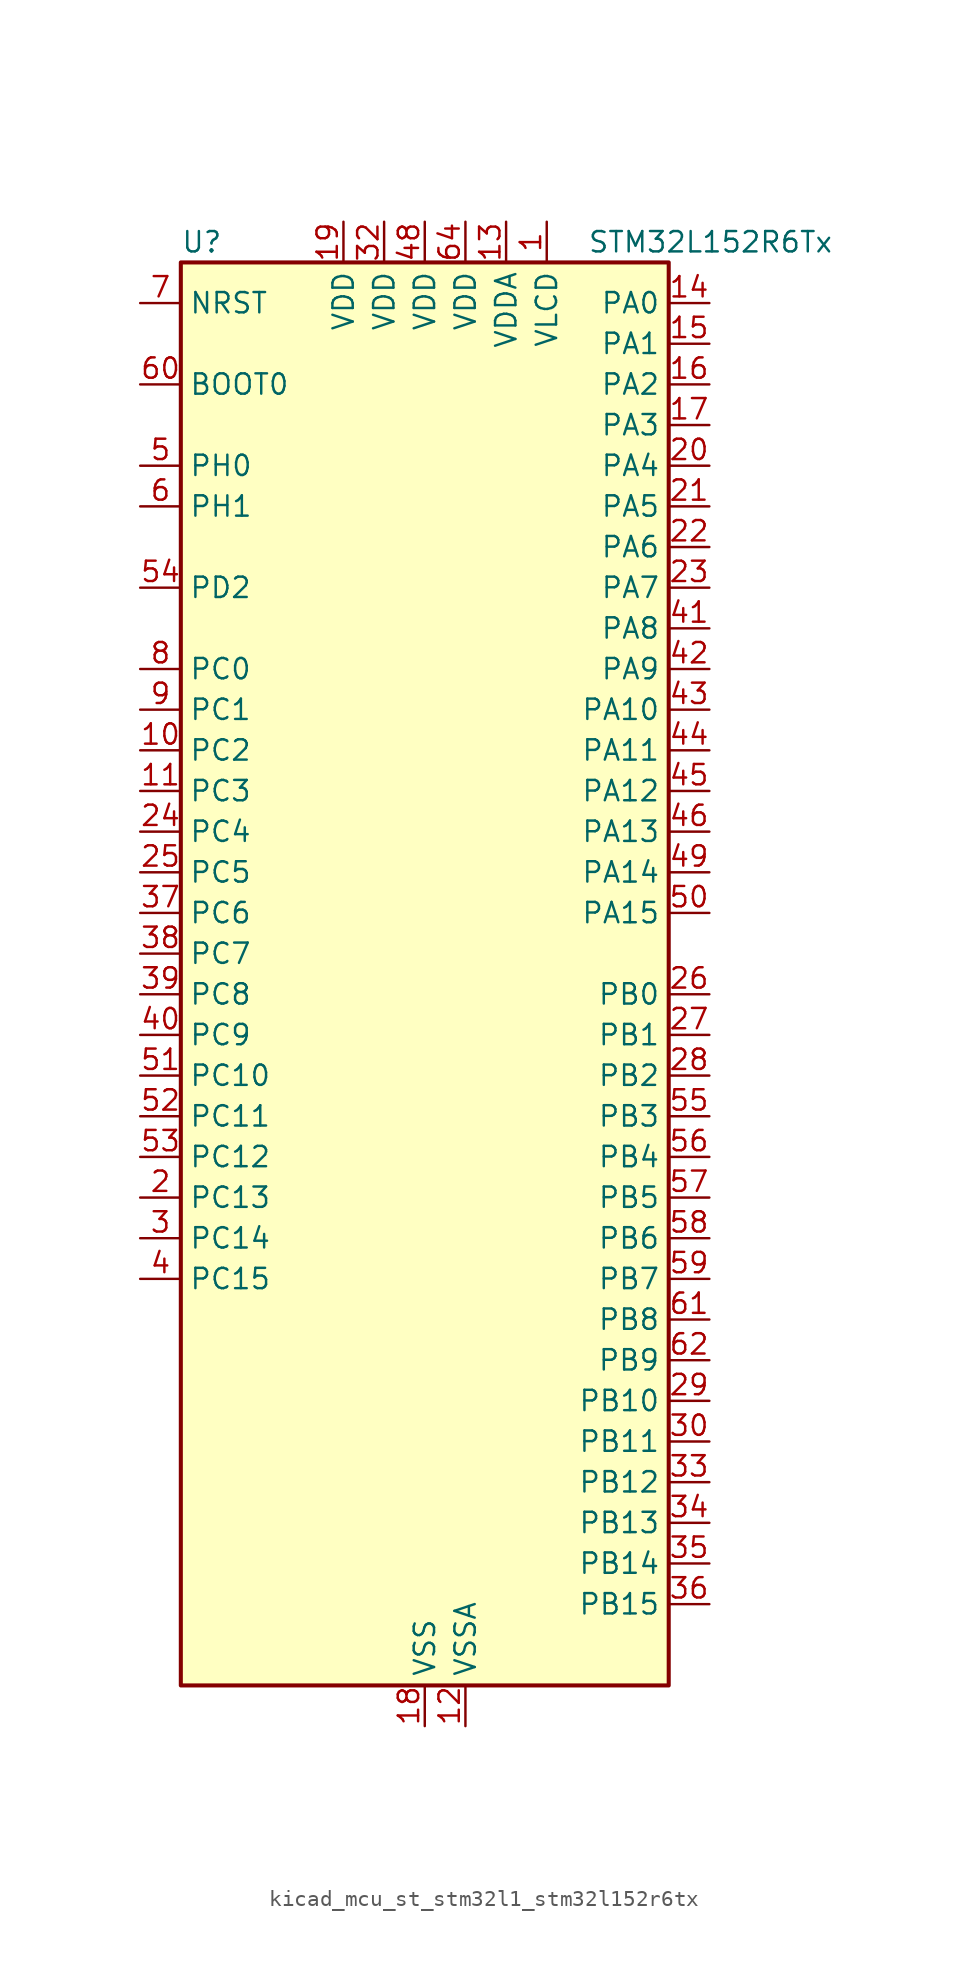
<source format=kicad_sym>
(kicad_symbol_lib
  (version 20220914)
  (generator kicad_symbol_editor)
  (symbol "kicad_mcu_st_stm32l1_stm32l152r6tx"
    (property "Reference" "U"
      (at -15.24 46.99 0)
      (effects (font (size 1.27 1.27)) (justify left)))
    (property "Value" "STM32L152R6Tx"
      (at 10.16 46.99 0)
      (effects (font (size 1.27 1.27)) (justify left)))
    (property "ki_locked" ""
      (at 0 0 0)
      (effects (font (size 1.27 1.27))))
    (symbol "kicad_mcu_st_stm32l1_stm32l152r6tx_0_1"
      (rectangle (start -15.24 -43.18) (end 15.24 45.72) (stroke (width 0.254) (type default)) (fill (type background))))
    (symbol "kicad_mcu_st_stm32l1_stm32l152r6tx_1_1"
      (pin power_in line (at 7.62 48.26 270) (length 2.54) (name "VLCD" (effects (font (size 1.27 1.27)))) (number "1" (effects (font (size 1.27 1.27)))))
      (pin bidirectional line (at -17.78 15.24 0) (length 2.54) (name "PC2" (effects (font (size 1.27 1.27)))) (number "10" (effects (font (size 1.27 1.27)))) (alternate "ADC_IN12" bidirectional line) (alternate "COMP1_INP" bidirectional line) (alternate "LCD_SEG20" bidirectional line) (alternate "TIMX_IC3" bidirectional line) (alternate "TS_G8_IO3" bidirectional line))
      (pin bidirectional line (at -17.78 12.7 0) (length 2.54) (name "PC3" (effects (font (size 1.27 1.27)))) (number "11" (effects (font (size 1.27 1.27)))) (alternate "ADC_IN13" bidirectional line) (alternate "COMP1_INP" bidirectional line) (alternate "LCD_SEG21" bidirectional line) (alternate "TIMX_IC4" bidirectional line) (alternate "TS_G8_IO4" bidirectional line))
      (pin power_in line (at 2.54 -45.72 90) (length 2.54) (name "VSSA" (effects (font (size 1.27 1.27)))) (number "12" (effects (font (size 1.27 1.27)))))
      (pin power_in line (at 5.08 48.26 270) (length 2.54) (name "VDDA" (effects (font (size 1.27 1.27)))) (number "13" (effects (font (size 1.27 1.27)))))
      (pin bidirectional line (at 17.78 43.18 180) (length 2.54) (name "PA0" (effects (font (size 1.27 1.27)))) (number "14" (effects (font (size 1.27 1.27)))) (alternate "ADC_IN0" bidirectional line) (alternate "COMP1_INP" bidirectional line) (alternate "SYS_WKUP1" bidirectional line) (alternate "TIM2_CH1" bidirectional line) (alternate "TIM2_ETR" bidirectional line) (alternate "TIMX_IC1" bidirectional line) (alternate "TS_G1_IO1" bidirectional line) (alternate "USART2_CTS" bidirectional line))
      (pin bidirectional line (at 17.78 40.64 180) (length 2.54) (name "PA1" (effects (font (size 1.27 1.27)))) (number "15" (effects (font (size 1.27 1.27)))) (alternate "ADC_IN1" bidirectional line) (alternate "COMP1_INP" bidirectional line) (alternate "LCD_SEG0" bidirectional line) (alternate "TIM2_CH2" bidirectional line) (alternate "TIMX_IC2" bidirectional line) (alternate "TS_G1_IO2" bidirectional line) (alternate "USART2_RTS" bidirectional line))
      (pin bidirectional line (at 17.78 38.1 180) (length 2.54) (name "PA2" (effects (font (size 1.27 1.27)))) (number "16" (effects (font (size 1.27 1.27)))) (alternate "ADC_IN2" bidirectional line) (alternate "COMP1_INP" bidirectional line) (alternate "LCD_SEG1" bidirectional line) (alternate "TIM2_CH3" bidirectional line) (alternate "TIM9_CH1" bidirectional line) (alternate "TIMX_IC3" bidirectional line) (alternate "TS_G1_IO3" bidirectional line) (alternate "USART2_TX" bidirectional line))
      (pin bidirectional line (at 17.78 35.56 180) (length 2.54) (name "PA3" (effects (font (size 1.27 1.27)))) (number "17" (effects (font (size 1.27 1.27)))) (alternate "ADC_IN3" bidirectional line) (alternate "COMP1_INP" bidirectional line) (alternate "LCD_SEG2" bidirectional line) (alternate "TIM2_CH4" bidirectional line) (alternate "TIM9_CH2" bidirectional line) (alternate "TIMX_IC4" bidirectional line) (alternate "TS_G1_IO4" bidirectional line) (alternate "USART2_RX" bidirectional line))
      (pin power_in line (at 0 -45.72 90) (length 2.54) (name "VSS" (effects (font (size 1.27 1.27)))) (number "18" (effects (font (size 1.27 1.27)))))
      (pin power_in line (at -5.08 48.26 270) (length 2.54) (name "VDD" (effects (font (size 1.27 1.27)))) (number "19" (effects (font (size 1.27 1.27)))))
      (pin bidirectional line (at -17.78 -12.7 0) (length 2.54) (name "PC13" (effects (font (size 1.27 1.27)))) (number "2" (effects (font (size 1.27 1.27)))) (alternate "RTC_OUT_ALARM" bidirectional line) (alternate "RTC_OUT_CALIB" bidirectional line) (alternate "RTC_TAMP1" bidirectional line) (alternate "RTC_TS" bidirectional line) (alternate "SYS_WKUP2" bidirectional line) (alternate "TIMX_IC2" bidirectional line))
      (pin bidirectional line (at 17.78 33.02 180) (length 2.54) (name "PA4" (effects (font (size 1.27 1.27)))) (number "20" (effects (font (size 1.27 1.27)))) (alternate "ADC_IN4" bidirectional line) (alternate "COMP1_INP" bidirectional line) (alternate "DAC_OUT1" bidirectional line) (alternate "SPI1_NSS" bidirectional line) (alternate "TIMX_IC1" bidirectional line) (alternate "USART2_CK" bidirectional line))
      (pin bidirectional line (at 17.78 30.48 180) (length 2.54) (name "PA5" (effects (font (size 1.27 1.27)))) (number "21" (effects (font (size 1.27 1.27)))) (alternate "ADC_IN5" bidirectional line) (alternate "COMP1_INP" bidirectional line) (alternate "DAC_OUT2" bidirectional line) (alternate "SPI1_SCK" bidirectional line) (alternate "TIM2_CH1" bidirectional line) (alternate "TIM2_ETR" bidirectional line) (alternate "TIMX_IC2" bidirectional line))
      (pin bidirectional line (at 17.78 27.94 180) (length 2.54) (name "PA6" (effects (font (size 1.27 1.27)))) (number "22" (effects (font (size 1.27 1.27)))) (alternate "ADC_IN6" bidirectional line) (alternate "COMP1_INP" bidirectional line) (alternate "LCD_SEG3" bidirectional line) (alternate "SPI1_MISO" bidirectional line) (alternate "TIM10_CH1" bidirectional line) (alternate "TIM3_CH1" bidirectional line) (alternate "TIMX_IC3" bidirectional line) (alternate "TS_G2_IO1" bidirectional line))
      (pin bidirectional line (at 17.78 25.4 180) (length 2.54) (name "PA7" (effects (font (size 1.27 1.27)))) (number "23" (effects (font (size 1.27 1.27)))) (alternate "ADC_IN7" bidirectional line) (alternate "COMP1_INP" bidirectional line) (alternate "LCD_SEG4" bidirectional line) (alternate "SPI1_MOSI" bidirectional line) (alternate "TIM11_CH1" bidirectional line) (alternate "TIM3_CH2" bidirectional line) (alternate "TIMX_IC4" bidirectional line) (alternate "TS_G2_IO2" bidirectional line))
      (pin bidirectional line (at -17.78 10.16 0) (length 2.54) (name "PC4" (effects (font (size 1.27 1.27)))) (number "24" (effects (font (size 1.27 1.27)))) (alternate "ADC_IN14" bidirectional line) (alternate "COMP1_INP" bidirectional line) (alternate "LCD_SEG22" bidirectional line) (alternate "TIMX_IC1" bidirectional line) (alternate "TS_G9_IO1" bidirectional line))
      (pin bidirectional line (at -17.78 7.62 0) (length 2.54) (name "PC5" (effects (font (size 1.27 1.27)))) (number "25" (effects (font (size 1.27 1.27)))) (alternate "ADC_IN15" bidirectional line) (alternate "COMP1_INP" bidirectional line) (alternate "LCD_SEG23" bidirectional line) (alternate "TIMX_IC2" bidirectional line) (alternate "TS_G9_IO2" bidirectional line))
      (pin bidirectional line (at 17.78 0 180) (length 2.54) (name "PB0" (effects (font (size 1.27 1.27)))) (number "26" (effects (font (size 1.27 1.27)))) (alternate "ADC_IN8" bidirectional line) (alternate "COMP1_INP" bidirectional line) (alternate "LCD_SEG5" bidirectional line) (alternate "SYS_V_REF_OUT" bidirectional line) (alternate "TIM3_CH3" bidirectional line) (alternate "TS_G3_IO1" bidirectional line))
      (pin bidirectional line (at 17.78 -2.54 180) (length 2.54) (name "PB1" (effects (font (size 1.27 1.27)))) (number "27" (effects (font (size 1.27 1.27)))) (alternate "ADC_IN9" bidirectional line) (alternate "COMP1_INP" bidirectional line) (alternate "LCD_SEG6" bidirectional line) (alternate "SYS_V_REF_OUT" bidirectional line) (alternate "TIM3_CH4" bidirectional line) (alternate "TS_G3_IO2" bidirectional line))
      (pin bidirectional line (at 17.78 -5.08 180) (length 2.54) (name "PB2" (effects (font (size 1.27 1.27)))) (number "28" (effects (font (size 1.27 1.27)))))
      (pin bidirectional line (at 17.78 -25.4 180) (length 2.54) (name "PB10" (effects (font (size 1.27 1.27)))) (number "29" (effects (font (size 1.27 1.27)))) (alternate "I2C2_SCL" bidirectional line) (alternate "LCD_SEG10" bidirectional line) (alternate "TIM2_CH3" bidirectional line) (alternate "USART3_TX" bidirectional line))
      (pin bidirectional line (at -17.78 -15.24 0) (length 2.54) (name "PC14" (effects (font (size 1.27 1.27)))) (number "3" (effects (font (size 1.27 1.27)))) (alternate "RCC_OSC32_IN" bidirectional line) (alternate "TIMX_IC3" bidirectional line))
      (pin bidirectional line (at 17.78 -27.94 180) (length 2.54) (name "PB11" (effects (font (size 1.27 1.27)))) (number "30" (effects (font (size 1.27 1.27)))) (alternate "ADC_EXTI11" bidirectional line) (alternate "I2C2_SDA" bidirectional line) (alternate "LCD_SEG11" bidirectional line) (alternate "TIM2_CH4" bidirectional line) (alternate "USART3_RX" bidirectional line))
      (pin passive line (at 0 -45.72 90) (length 2.54) hide (name "VSS" (effects (font (size 1.27 1.27)))) (number "31" (effects (font (size 1.27 1.27)))))
      (pin power_in line (at -2.54 48.26 270) (length 2.54) (name "VDD" (effects (font (size 1.27 1.27)))) (number "32" (effects (font (size 1.27 1.27)))))
      (pin bidirectional line (at 17.78 -30.48 180) (length 2.54) (name "PB12" (effects (font (size 1.27 1.27)))) (number "33" (effects (font (size 1.27 1.27)))) (alternate "ADC_IN18" bidirectional line) (alternate "COMP1_INP" bidirectional line) (alternate "I2C2_SMBA" bidirectional line) (alternate "LCD_SEG12" bidirectional line) (alternate "SPI2_NSS" bidirectional line) (alternate "TIM10_CH1" bidirectional line) (alternate "TS_G7_IO1" bidirectional line) (alternate "USART3_CK" bidirectional line))
      (pin bidirectional line (at 17.78 -33.02 180) (length 2.54) (name "PB13" (effects (font (size 1.27 1.27)))) (number "34" (effects (font (size 1.27 1.27)))) (alternate "ADC_IN19" bidirectional line) (alternate "COMP1_INP" bidirectional line) (alternate "LCD_SEG13" bidirectional line) (alternate "SPI2_SCK" bidirectional line) (alternate "TIM9_CH1" bidirectional line) (alternate "TS_G7_IO2" bidirectional line) (alternate "USART3_CTS" bidirectional line))
      (pin bidirectional line (at 17.78 -35.56 180) (length 2.54) (name "PB14" (effects (font (size 1.27 1.27)))) (number "35" (effects (font (size 1.27 1.27)))) (alternate "ADC_IN20" bidirectional line) (alternate "COMP1_INP" bidirectional line) (alternate "LCD_SEG14" bidirectional line) (alternate "SPI2_MISO" bidirectional line) (alternate "TIM9_CH2" bidirectional line) (alternate "TS_G7_IO3" bidirectional line) (alternate "USART3_RTS" bidirectional line))
      (pin bidirectional line (at 17.78 -38.1 180) (length 2.54) (name "PB15" (effects (font (size 1.27 1.27)))) (number "36" (effects (font (size 1.27 1.27)))) (alternate "ADC_EXTI15" bidirectional line) (alternate "ADC_IN21" bidirectional line) (alternate "COMP1_INP" bidirectional line) (alternate "LCD_SEG15" bidirectional line) (alternate "RTC_REFIN" bidirectional line) (alternate "SPI2_MOSI" bidirectional line) (alternate "TIM11_CH1" bidirectional line) (alternate "TS_G7_IO4" bidirectional line))
      (pin bidirectional line (at -17.78 5.08 0) (length 2.54) (name "PC6" (effects (font (size 1.27 1.27)))) (number "37" (effects (font (size 1.27 1.27)))) (alternate "LCD_SEG24" bidirectional line) (alternate "TIM3_CH1" bidirectional line) (alternate "TIMX_IC3" bidirectional line) (alternate "TS_G10_IO1" bidirectional line))
      (pin bidirectional line (at -17.78 2.54 0) (length 2.54) (name "PC7" (effects (font (size 1.27 1.27)))) (number "38" (effects (font (size 1.27 1.27)))) (alternate "LCD_SEG25" bidirectional line) (alternate "TIM3_CH2" bidirectional line) (alternate "TIMX_IC4" bidirectional line) (alternate "TS_G10_IO2" bidirectional line))
      (pin bidirectional line (at -17.78 0 0) (length 2.54) (name "PC8" (effects (font (size 1.27 1.27)))) (number "39" (effects (font (size 1.27 1.27)))) (alternate "LCD_SEG26" bidirectional line) (alternate "TIM3_CH3" bidirectional line) (alternate "TIMX_IC1" bidirectional line) (alternate "TS_G10_IO3" bidirectional line))
      (pin bidirectional line (at -17.78 -17.78 0) (length 2.54) (name "PC15" (effects (font (size 1.27 1.27)))) (number "4" (effects (font (size 1.27 1.27)))) (alternate "ADC_EXTI15" bidirectional line) (alternate "RCC_OSC32_OUT" bidirectional line) (alternate "TIMX_IC4" bidirectional line))
      (pin bidirectional line (at -17.78 -2.54 0) (length 2.54) (name "PC9" (effects (font (size 1.27 1.27)))) (number "40" (effects (font (size 1.27 1.27)))) (alternate "DAC_EXTI9" bidirectional line) (alternate "LCD_SEG27" bidirectional line) (alternate "TIM3_CH4" bidirectional line) (alternate "TIMX_IC2" bidirectional line) (alternate "TS_G10_IO4" bidirectional line))
      (pin bidirectional line (at 17.78 22.86 180) (length 2.54) (name "PA8" (effects (font (size 1.27 1.27)))) (number "41" (effects (font (size 1.27 1.27)))) (alternate "LCD_COM0" bidirectional line) (alternate "RCC_MCO" bidirectional line) (alternate "TIMX_IC1" bidirectional line) (alternate "TS_G4_IO1" bidirectional line) (alternate "USART1_CK" bidirectional line))
      (pin bidirectional line (at 17.78 20.32 180) (length 2.54) (name "PA9" (effects (font (size 1.27 1.27)))) (number "42" (effects (font (size 1.27 1.27)))) (alternate "DAC_EXTI9" bidirectional line) (alternate "LCD_COM1" bidirectional line) (alternate "TIMX_IC2" bidirectional line) (alternate "TS_G4_IO2" bidirectional line) (alternate "USART1_TX" bidirectional line))
      (pin bidirectional line (at 17.78 17.78 180) (length 2.54) (name "PA10" (effects (font (size 1.27 1.27)))) (number "43" (effects (font (size 1.27 1.27)))) (alternate "LCD_COM2" bidirectional line) (alternate "TIMX_IC3" bidirectional line) (alternate "TS_G4_IO3" bidirectional line) (alternate "USART1_RX" bidirectional line))
      (pin bidirectional line (at 17.78 15.24 180) (length 2.54) (name "PA11" (effects (font (size 1.27 1.27)))) (number "44" (effects (font (size 1.27 1.27)))) (alternate "ADC_EXTI11" bidirectional line) (alternate "SPI1_MISO" bidirectional line) (alternate "TIMX_IC4" bidirectional line) (alternate "USART1_CTS" bidirectional line) (alternate "USB_DM" bidirectional line))
      (pin bidirectional line (at 17.78 12.7 180) (length 2.54) (name "PA12" (effects (font (size 1.27 1.27)))) (number "45" (effects (font (size 1.27 1.27)))) (alternate "SPI1_MOSI" bidirectional line) (alternate "TIMX_IC1" bidirectional line) (alternate "USART1_RTS" bidirectional line) (alternate "USB_DP" bidirectional line))
      (pin bidirectional line (at 17.78 10.16 180) (length 2.54) (name "PA13" (effects (font (size 1.27 1.27)))) (number "46" (effects (font (size 1.27 1.27)))) (alternate "SYS_JTMS-SWDIO" bidirectional line) (alternate "TIMX_IC2" bidirectional line) (alternate "TS_G5_IO1" bidirectional line))
      (pin passive line (at 0 -45.72 90) (length 2.54) hide (name "VSS" (effects (font (size 1.27 1.27)))) (number "47" (effects (font (size 1.27 1.27)))))
      (pin power_in line (at 0 48.26 270) (length 2.54) (name "VDD" (effects (font (size 1.27 1.27)))) (number "48" (effects (font (size 1.27 1.27)))))
      (pin bidirectional line (at 17.78 7.62 180) (length 2.54) (name "PA14" (effects (font (size 1.27 1.27)))) (number "49" (effects (font (size 1.27 1.27)))) (alternate "SYS_JTCK-SWCLK" bidirectional line) (alternate "TIMX_IC3" bidirectional line) (alternate "TS_G5_IO2" bidirectional line))
      (pin bidirectional line (at -17.78 33.02 0) (length 2.54) (name "PH0" (effects (font (size 1.27 1.27)))) (number "5" (effects (font (size 1.27 1.27)))) (alternate "RCC_OSC_IN" bidirectional line))
      (pin bidirectional line (at 17.78 5.08 180) (length 2.54) (name "PA15" (effects (font (size 1.27 1.27)))) (number "50" (effects (font (size 1.27 1.27)))) (alternate "ADC_EXTI15" bidirectional line) (alternate "LCD_SEG17" bidirectional line) (alternate "SPI1_NSS" bidirectional line) (alternate "SYS_JTDI" bidirectional line) (alternate "TIM2_CH1" bidirectional line) (alternate "TIM2_ETR" bidirectional line) (alternate "TIMX_IC4" bidirectional line) (alternate "TS_G5_IO3" bidirectional line))
      (pin bidirectional line (at -17.78 -5.08 0) (length 2.54) (name "PC10" (effects (font (size 1.27 1.27)))) (number "51" (effects (font (size 1.27 1.27)))) (alternate "LCD_COM4" bidirectional line) (alternate "LCD_SEG28" bidirectional line) (alternate "TIMX_IC3" bidirectional line) (alternate "USART3_TX" bidirectional line))
      (pin bidirectional line (at -17.78 -7.62 0) (length 2.54) (name "PC11" (effects (font (size 1.27 1.27)))) (number "52" (effects (font (size 1.27 1.27)))) (alternate "ADC_EXTI11" bidirectional line) (alternate "LCD_COM5" bidirectional line) (alternate "LCD_SEG29" bidirectional line) (alternate "TIMX_IC4" bidirectional line) (alternate "USART3_RX" bidirectional line))
      (pin bidirectional line (at -17.78 -10.16 0) (length 2.54) (name "PC12" (effects (font (size 1.27 1.27)))) (number "53" (effects (font (size 1.27 1.27)))) (alternate "LCD_COM6" bidirectional line) (alternate "LCD_SEG30" bidirectional line) (alternate "TIMX_IC1" bidirectional line) (alternate "USART3_CK" bidirectional line))
      (pin bidirectional line (at -17.78 25.4 0) (length 2.54) (name "PD2" (effects (font (size 1.27 1.27)))) (number "54" (effects (font (size 1.27 1.27)))) (alternate "LCD_COM7" bidirectional line) (alternate "LCD_SEG31" bidirectional line) (alternate "TIM3_ETR" bidirectional line) (alternate "TIMX_IC3" bidirectional line))
      (pin bidirectional line (at 17.78 -7.62 180) (length 2.54) (name "PB3" (effects (font (size 1.27 1.27)))) (number "55" (effects (font (size 1.27 1.27)))) (alternate "COMP2_INM" bidirectional line) (alternate "LCD_SEG7" bidirectional line) (alternate "SPI1_SCK" bidirectional line) (alternate "SYS_JTDO-TRACESWO" bidirectional line) (alternate "TIM2_CH2" bidirectional line))
      (pin bidirectional line (at 17.78 -10.16 180) (length 2.54) (name "PB4" (effects (font (size 1.27 1.27)))) (number "56" (effects (font (size 1.27 1.27)))) (alternate "COMP2_INP" bidirectional line) (alternate "LCD_SEG8" bidirectional line) (alternate "SPI1_MISO" bidirectional line) (alternate "SYS_JTRST" bidirectional line) (alternate "TIM3_CH1" bidirectional line) (alternate "TS_G6_IO1" bidirectional line))
      (pin bidirectional line (at 17.78 -12.7 180) (length 2.54) (name "PB5" (effects (font (size 1.27 1.27)))) (number "57" (effects (font (size 1.27 1.27)))) (alternate "COMP2_INP" bidirectional line) (alternate "I2C1_SMBA" bidirectional line) (alternate "LCD_SEG9" bidirectional line) (alternate "SPI1_MOSI" bidirectional line) (alternate "TIM3_CH2" bidirectional line) (alternate "TS_G6_IO2" bidirectional line))
      (pin bidirectional line (at 17.78 -15.24 180) (length 2.54) (name "PB6" (effects (font (size 1.27 1.27)))) (number "58" (effects (font (size 1.27 1.27)))) (alternate "I2C1_SCL" bidirectional line) (alternate "TIM4_CH1" bidirectional line) (alternate "USART1_TX" bidirectional line))
      (pin bidirectional line (at 17.78 -17.78 180) (length 2.54) (name "PB7" (effects (font (size 1.27 1.27)))) (number "59" (effects (font (size 1.27 1.27)))) (alternate "I2C1_SDA" bidirectional line) (alternate "SYS_PVD_IN" bidirectional line) (alternate "TIM4_CH2" bidirectional line) (alternate "USART1_RX" bidirectional line))
      (pin bidirectional line (at -17.78 30.48 0) (length 2.54) (name "PH1" (effects (font (size 1.27 1.27)))) (number "6" (effects (font (size 1.27 1.27)))) (alternate "RCC_OSC_OUT" bidirectional line))
      (pin input line (at -17.78 38.1 0) (length 2.54) (name "BOOT0" (effects (font (size 1.27 1.27)))) (number "60" (effects (font (size 1.27 1.27)))))
      (pin bidirectional line (at 17.78 -20.32 180) (length 2.54) (name "PB8" (effects (font (size 1.27 1.27)))) (number "61" (effects (font (size 1.27 1.27)))) (alternate "I2C1_SCL" bidirectional line) (alternate "LCD_SEG16" bidirectional line) (alternate "TIM10_CH1" bidirectional line) (alternate "TIM4_CH3" bidirectional line))
      (pin bidirectional line (at 17.78 -22.86 180) (length 2.54) (name "PB9" (effects (font (size 1.27 1.27)))) (number "62" (effects (font (size 1.27 1.27)))) (alternate "DAC_EXTI9" bidirectional line) (alternate "I2C1_SDA" bidirectional line) (alternate "LCD_COM3" bidirectional line) (alternate "TIM11_CH1" bidirectional line) (alternate "TIM4_CH4" bidirectional line))
      (pin passive line (at 0 -45.72 90) (length 2.54) hide (name "VSS" (effects (font (size 1.27 1.27)))) (number "63" (effects (font (size 1.27 1.27)))))
      (pin power_in line (at 2.54 48.26 270) (length 2.54) (name "VDD" (effects (font (size 1.27 1.27)))) (number "64" (effects (font (size 1.27 1.27)))))
      (pin input line (at -17.78 43.18 0) (length 2.54) (name "NRST" (effects (font (size 1.27 1.27)))) (number "7" (effects (font (size 1.27 1.27)))))
      (pin bidirectional line (at -17.78 20.32 0) (length 2.54) (name "PC0" (effects (font (size 1.27 1.27)))) (number "8" (effects (font (size 1.27 1.27)))) (alternate "ADC_IN10" bidirectional line) (alternate "COMP1_INP" bidirectional line) (alternate "LCD_SEG18" bidirectional line) (alternate "TIMX_IC1" bidirectional line) (alternate "TS_G8_IO1" bidirectional line))
      (pin bidirectional line (at -17.78 17.78 0) (length 2.54) (name "PC1" (effects (font (size 1.27 1.27)))) (number "9" (effects (font (size 1.27 1.27)))) (alternate "ADC_IN11" bidirectional line) (alternate "COMP1_INP" bidirectional line) (alternate "LCD_SEG19" bidirectional line) (alternate "TIMX_IC2" bidirectional line) (alternate "TS_G8_IO2" bidirectional line)))))
</source>
